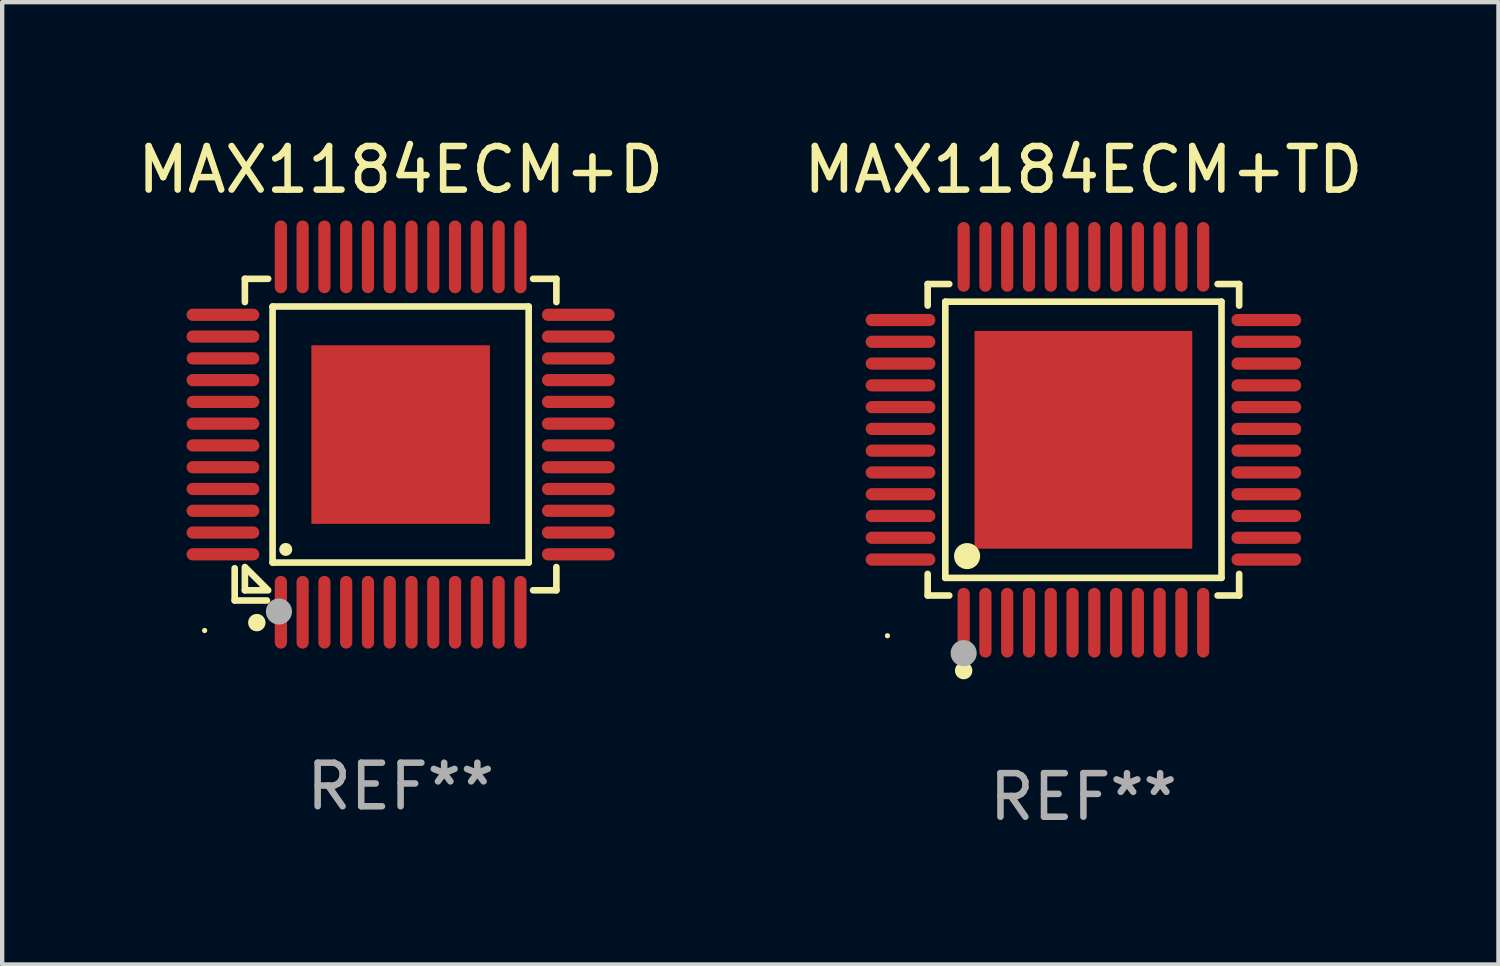
<source format=kicad_pcb>
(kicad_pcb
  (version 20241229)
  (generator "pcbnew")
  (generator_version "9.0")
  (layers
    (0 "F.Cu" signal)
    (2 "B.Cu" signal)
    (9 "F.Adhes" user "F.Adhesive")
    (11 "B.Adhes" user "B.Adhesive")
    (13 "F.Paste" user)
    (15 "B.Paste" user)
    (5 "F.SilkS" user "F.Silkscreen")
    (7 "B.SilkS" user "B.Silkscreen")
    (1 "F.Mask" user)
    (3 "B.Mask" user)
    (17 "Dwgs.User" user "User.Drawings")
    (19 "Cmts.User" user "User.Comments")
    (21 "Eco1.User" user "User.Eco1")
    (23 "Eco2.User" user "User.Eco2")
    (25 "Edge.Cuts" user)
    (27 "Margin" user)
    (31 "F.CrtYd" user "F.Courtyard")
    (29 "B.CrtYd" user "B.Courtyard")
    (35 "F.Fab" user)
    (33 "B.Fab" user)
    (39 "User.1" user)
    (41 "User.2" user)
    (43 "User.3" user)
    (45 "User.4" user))
  (footprint "MAX1184ECM+D"
    (layer "F.Cu")
    (at 6.149 6.928)
    (property "Reference" "MAX1184ECM+D" (at 0 -6.08 0) (layer "F.SilkS") (effects (font (size 1 1) (thickness 0.15))))
    (attr through_hole)
    (fp_line (start -3.81 3.07) (end -3.81 3.81) (stroke (width 0.152) (type solid)) (layer "F.SilkS"))
    (fp_line (start -3.81 3.81) (end -3.07 3.81) (stroke (width 0.152) (type solid)) (layer "F.SilkS"))
    (fp_line (start -3.576 -3.576) (end -3.576 -3.042) (stroke (width 0.152) (type solid)) (layer "F.SilkS"))
    (fp_line (start -3.576 3.576) (end -3.576 3.042) (stroke (width 0.152) (type solid)) (layer "F.SilkS"))
    (fp_line (start -3.549 3.069) (end -3.069 3.549) (stroke (width 0.152) (type solid)) (layer "F.SilkS"))
    (fp_line (start -3.042 -3.576) (end -3.576 -3.576) (stroke (width 0.152) (type solid)) (layer "F.SilkS"))
    (fp_line (start -3.042 3.576) (end -3.576 3.576) (stroke (width 0.152) (type solid)) (layer "F.SilkS"))
    (fp_line (start -2.94 -2.94) (end 2.94 -2.94) (stroke (width 0.152) (type solid)) (layer "F.SilkS"))
    (fp_line (start -2.94 2.94) (end -2.94 -2.94) (stroke (width 0.152) (type solid)) (layer "F.SilkS"))
    (fp_line (start 2.94 -2.94) (end 2.94 2.94) (stroke (width 0.152) (type solid)) (layer "F.SilkS"))
    (fp_line (start 2.94 2.94) (end -2.94 2.94) (stroke (width 0.152) (type solid)) (layer "F.SilkS"))
    (fp_line (start 3.042 -3.576) (end 3.576 -3.576) (stroke (width 0.152) (type solid)) (layer "F.SilkS"))
    (fp_line (start 3.042 3.576) (end 3.576 3.576) (stroke (width 0.152) (type solid)) (layer "F.SilkS"))
    (fp_line (start 3.576 -3.576) (end 3.576 -3.042) (stroke (width 0.152) (type solid)) (layer "F.SilkS"))
    (fp_line (start 3.576 3.576) (end 3.576 3.042) (stroke (width 0.152) (type solid)) (layer "F.SilkS"))
    (fp_circle (center -4.5 4.5) (end -4.47 4.5) (stroke (width 0.06) (type solid)) (fill no) (layer "F.SilkS"))
    (fp_circle (center -3.302 4.318) (end -3.202 4.318) (stroke (width 0.2) (type solid)) (fill no) (layer "F.SilkS"))
    (fp_circle (center -2.638 2.638) (end -2.563 2.638) (stroke (width 0.15) (type solid)) (fill no) (layer "F.SilkS"))
    (fp_circle (center -2.794 4.064) (end -2.644 4.064) (stroke (width 0.3) (type solid)) (fill no) (layer "F.Fab"))
    (fp_text user "REF**" (at 0 8.08 0) (layer "F.Fab") (effects (font (size 1 1) (thickness 0.15))))
    (pad "1" smd oval (at -2.75 4.08) (size 0.28 1.67) (layers "F.Cu" "F.Mask" "F.Paste"))
    (pad "2" smd oval (at -2.25 4.08) (size 0.28 1.67) (layers "F.Cu" "F.Mask" "F.Paste"))
    (pad "3" smd oval (at -1.75 4.08) (size 0.28 1.67) (layers "F.Cu" "F.Mask" "F.Paste"))
    (pad "4" smd oval (at -1.25 4.08) (size 0.28 1.67) (layers "F.Cu" "F.Mask" "F.Paste"))
    (pad "5" smd oval (at -0.75 4.08) (size 0.28 1.67) (layers "F.Cu" "F.Mask" "F.Paste"))
    (pad "6" smd oval (at -0.25 4.08) (size 0.28 1.67) (layers "F.Cu" "F.Mask" "F.Paste"))
    (pad "7" smd oval (at 0.25 4.08) (size 0.28 1.67) (layers "F.Cu" "F.Mask" "F.Paste"))
    (pad "8" smd oval (at 0.75 4.08) (size 0.28 1.67) (layers "F.Cu" "F.Mask" "F.Paste"))
    (pad "9" smd oval (at 1.25 4.08) (size 0.28 1.67) (layers "F.Cu" "F.Mask" "F.Paste"))
    (pad "10" smd oval (at 1.75 4.08) (size 0.28 1.67) (layers "F.Cu" "F.Mask" "F.Paste"))
    (pad "11" smd oval (at 2.25 4.08) (size 0.28 1.67) (layers "F.Cu" "F.Mask" "F.Paste"))
    (pad "12" smd oval (at 2.75 4.08) (size 0.28 1.67) (layers "F.Cu" "F.Mask" "F.Paste"))
    (pad "13" smd oval (at 4.08 2.75) (size 1.67 0.28) (layers "F.Cu" "F.Mask" "F.Paste"))
    (pad "14" smd oval (at 4.08 2.25) (size 1.67 0.28) (layers "F.Cu" "F.Mask" "F.Paste"))
    (pad "15" smd oval (at 4.08 1.75) (size 1.67 0.28) (layers "F.Cu" "F.Mask" "F.Paste"))
    (pad "16" smd oval (at 4.08 1.25) (size 1.67 0.28) (layers "F.Cu" "F.Mask" "F.Paste"))
    (pad "17" smd oval (at 4.08 0.75) (size 1.67 0.28) (layers "F.Cu" "F.Mask" "F.Paste"))
    (pad "18" smd oval (at 4.08 0.25) (size 1.67 0.28) (layers "F.Cu" "F.Mask" "F.Paste"))
    (pad "19" smd oval (at 4.08 -0.25) (size 1.67 0.28) (layers "F.Cu" "F.Mask" "F.Paste"))
    (pad "20" smd oval (at 4.08 -0.75) (size 1.67 0.28) (layers "F.Cu" "F.Mask" "F.Paste"))
    (pad "21" smd oval (at 4.08 -1.25) (size 1.67 0.28) (layers "F.Cu" "F.Mask" "F.Paste"))
    (pad "22" smd oval (at 4.08 -1.75) (size 1.67 0.28) (layers "F.Cu" "F.Mask" "F.Paste"))
    (pad "23" smd oval (at 4.08 -2.25) (size 1.67 0.28) (layers "F.Cu" "F.Mask" "F.Paste"))
    (pad "24" smd oval (at 4.08 -2.75) (size 1.67 0.28) (layers "F.Cu" "F.Mask" "F.Paste"))
    (pad "25" smd oval (at 2.75 -4.08) (size 0.28 1.67) (layers "F.Cu" "F.Mask" "F.Paste"))
    (pad "26" smd oval (at 2.25 -4.08) (size 0.28 1.67) (layers "F.Cu" "F.Mask" "F.Paste"))
    (pad "27" smd oval (at 1.75 -4.08) (size 0.28 1.67) (layers "F.Cu" "F.Mask" "F.Paste"))
    (pad "28" smd oval (at 1.25 -4.08) (size 0.28 1.67) (layers "F.Cu" "F.Mask" "F.Paste"))
    (pad "29" smd oval (at 0.75 -4.08) (size 0.28 1.67) (layers "F.Cu" "F.Mask" "F.Paste"))
    (pad "30" smd oval (at 0.25 -4.08) (size 0.28 1.67) (layers "F.Cu" "F.Mask" "F.Paste"))
    (pad "31" smd oval (at -0.25 -4.08) (size 0.28 1.67) (layers "F.Cu" "F.Mask" "F.Paste"))
    (pad "32" smd oval (at -0.75 -4.08) (size 0.28 1.67) (layers "F.Cu" "F.Mask" "F.Paste"))
    (pad "33" smd oval (at -1.25 -4.08) (size 0.28 1.67) (layers "F.Cu" "F.Mask" "F.Paste"))
    (pad "34" smd oval (at -1.75 -4.08) (size 0.28 1.67) (layers "F.Cu" "F.Mask" "F.Paste"))
    (pad "35" smd oval (at -2.25 -4.08) (size 0.28 1.67) (layers "F.Cu" "F.Mask" "F.Paste"))
    (pad "36" smd oval (at -2.75 -4.08) (size 0.28 1.67) (layers "F.Cu" "F.Mask" "F.Paste"))
    (pad "37" smd oval (at -4.08 -2.75) (size 1.67 0.28) (layers "F.Cu" "F.Mask" "F.Paste"))
    (pad "38" smd oval (at -4.08 -2.25) (size 1.67 0.28) (layers "F.Cu" "F.Mask" "F.Paste"))
    (pad "39" smd oval (at -4.08 -1.75) (size 1.67 0.28) (layers "F.Cu" "F.Mask" "F.Paste"))
    (pad "40" smd oval (at -4.08 -1.25) (size 1.67 0.28) (layers "F.Cu" "F.Mask" "F.Paste"))
    (pad "41" smd oval (at -4.08 -0.75) (size 1.67 0.28) (layers "F.Cu" "F.Mask" "F.Paste"))
    (pad "42" smd oval (at -4.08 -0.25) (size 1.67 0.28) (layers "F.Cu" "F.Mask" "F.Paste"))
    (pad "43" smd oval (at -4.08 0.25) (size 1.67 0.28) (layers "F.Cu" "F.Mask" "F.Paste"))
    (pad "44" smd oval (at -4.08 0.75) (size 1.67 0.28) (layers "F.Cu" "F.Mask" "F.Paste"))
    (pad "45" smd oval (at -4.08 1.25) (size 1.67 0.28) (layers "F.Cu" "F.Mask" "F.Paste"))
    (pad "46" smd oval (at -4.08 1.75) (size 1.67 0.28) (layers "F.Cu" "F.Mask" "F.Paste"))
    (pad "47" smd oval (at -4.08 2.25) (size 1.67 0.28) (layers "F.Cu" "F.Mask" "F.Paste"))
    (pad "48" smd oval (at -4.08 2.75) (size 1.67 0.28) (layers "F.Cu" "F.Mask" "F.Paste"))
    (pad "49" smd rect (at 0 0) (size 4.1 4.1) (layers "F.Cu" "F.Mask" "F.Paste")))
  (footprint "MAX1184ECM+TD"
    (layer "F.Cu")
    (at 21.827 7.048)
    (property "Reference" "MAX1184ECM+TD" (at 0 -6.2 0) (layer "F.SilkS") (effects (font (size 1 1) (thickness 0.15))))
    (attr through_hole)
    (fp_line (start -3.576 -3.576) (end -3.081 -3.576) (stroke (width 0.152) (type solid)) (layer "F.SilkS"))
    (fp_line (start -3.576 -3.081) (end -3.576 -3.576) (stroke (width 0.152) (type solid)) (layer "F.SilkS"))
    (fp_line (start -3.576 3.081) (end -3.576 3.576) (stroke (width 0.152) (type solid)) (layer "F.SilkS"))
    (fp_line (start -3.576 3.576) (end -3.081 3.576) (stroke (width 0.152) (type solid)) (layer "F.SilkS"))
    (fp_line (start -3.171 -3.171) (end 3.171 -3.171) (stroke (width 0.152) (type solid)) (layer "F.SilkS"))
    (fp_line (start -3.171 3.171) (end -3.171 -3.171) (stroke (width 0.152) (type solid)) (layer "F.SilkS"))
    (fp_line (start 3.171 -3.171) (end 3.171 3.171) (stroke (width 0.152) (type solid)) (layer "F.SilkS"))
    (fp_line (start 3.171 3.171) (end -3.171 3.171) (stroke (width 0.152) (type solid)) (layer "F.SilkS"))
    (fp_line (start 3.576 -3.576) (end 3.081 -3.576) (stroke (width 0.152) (type solid)) (layer "F.SilkS"))
    (fp_line (start 3.576 -3.081) (end 3.576 -3.576) (stroke (width 0.152) (type solid)) (layer "F.SilkS"))
    (fp_line (start 3.576 3.081) (end 3.576 3.576) (stroke (width 0.152) (type solid)) (layer "F.SilkS"))
    (fp_line (start 3.576 3.576) (end 3.081 3.576) (stroke (width 0.152) (type solid)) (layer "F.SilkS"))
    (fp_circle (center -4.5 4.5) (end -4.47 4.5) (stroke (width 0.06) (type solid)) (fill no) (layer "F.SilkS"))
    (fp_circle (center -2.75 5.3) (end -2.65 5.3) (stroke (width 0.2) (type solid)) (fill no) (layer "F.SilkS"))
    (fp_circle (center -2.671 2.671) (end -2.521 2.671) (stroke (width 0.3) (type solid)) (fill no) (layer "F.SilkS"))
    (fp_circle (center -2.75 4.9) (end -2.6 4.9) (stroke (width 0.3) (type solid)) (fill no) (layer "F.Fab"))
    (fp_text user "REF**" (at 0 8.2 0) (layer "F.Fab") (effects (font (size 1 1) (thickness 0.15))))
    (pad "1" smd oval (at -2.75 4.2) (size 0.28 1.6) (layers "F.Cu" "F.Mask" "F.Paste"))
    (pad "2" smd oval (at -2.25 4.2) (size 0.28 1.6) (layers "F.Cu" "F.Mask" "F.Paste"))
    (pad "3" smd oval (at -1.75 4.2) (size 0.28 1.6) (layers "F.Cu" "F.Mask" "F.Paste"))
    (pad "4" smd oval (at -1.25 4.2) (size 0.28 1.6) (layers "F.Cu" "F.Mask" "F.Paste"))
    (pad "5" smd oval (at -0.75 4.2) (size 0.28 1.6) (layers "F.Cu" "F.Mask" "F.Paste"))
    (pad "6" smd oval (at -0.25 4.2) (size 0.28 1.6) (layers "F.Cu" "F.Mask" "F.Paste"))
    (pad "7" smd oval (at 0.25 4.2) (size 0.28 1.6) (layers "F.Cu" "F.Mask" "F.Paste"))
    (pad "8" smd oval (at 0.75 4.2) (size 0.28 1.6) (layers "F.Cu" "F.Mask" "F.Paste"))
    (pad "9" smd oval (at 1.25 4.2) (size 0.28 1.6) (layers "F.Cu" "F.Mask" "F.Paste"))
    (pad "10" smd oval (at 1.75 4.2) (size 0.28 1.6) (layers "F.Cu" "F.Mask" "F.Paste"))
    (pad "11" smd oval (at 2.25 4.2) (size 0.28 1.6) (layers "F.Cu" "F.Mask" "F.Paste"))
    (pad "12" smd oval (at 2.75 4.2) (size 0.28 1.6) (layers "F.Cu" "F.Mask" "F.Paste"))
    (pad "13" smd oval (at 4.2 2.75) (size 1.6 0.28) (layers "F.Cu" "F.Mask" "F.Paste"))
    (pad "14" smd oval (at 4.2 2.25) (size 1.6 0.28) (layers "F.Cu" "F.Mask" "F.Paste"))
    (pad "15" smd oval (at 4.2 1.75) (size 1.6 0.28) (layers "F.Cu" "F.Mask" "F.Paste"))
    (pad "16" smd oval (at 4.2 1.25) (size 1.6 0.28) (layers "F.Cu" "F.Mask" "F.Paste"))
    (pad "17" smd oval (at 4.2 0.75) (size 1.6 0.28) (layers "F.Cu" "F.Mask" "F.Paste"))
    (pad "18" smd oval (at 4.2 0.25) (size 1.6 0.28) (layers "F.Cu" "F.Mask" "F.Paste"))
    (pad "19" smd oval (at 4.2 -0.25) (size 1.6 0.28) (layers "F.Cu" "F.Mask" "F.Paste"))
    (pad "20" smd oval (at 4.2 -0.75) (size 1.6 0.28) (layers "F.Cu" "F.Mask" "F.Paste"))
    (pad "21" smd oval (at 4.2 -1.25) (size 1.6 0.28) (layers "F.Cu" "F.Mask" "F.Paste"))
    (pad "22" smd oval (at 4.2 -1.75) (size 1.6 0.28) (layers "F.Cu" "F.Mask" "F.Paste"))
    (pad "23" smd oval (at 4.2 -2.25) (size 1.6 0.28) (layers "F.Cu" "F.Mask" "F.Paste"))
    (pad "24" smd oval (at 4.2 -2.75) (size 1.6 0.28) (layers "F.Cu" "F.Mask" "F.Paste"))
    (pad "25" smd oval (at 2.75 -4.2) (size 0.28 1.6) (layers "F.Cu" "F.Mask" "F.Paste"))
    (pad "26" smd oval (at 2.25 -4.2) (size 0.28 1.6) (layers "F.Cu" "F.Mask" "F.Paste"))
    (pad "27" smd oval (at 1.75 -4.2) (size 0.28 1.6) (layers "F.Cu" "F.Mask" "F.Paste"))
    (pad "28" smd oval (at 1.25 -4.2) (size 0.28 1.6) (layers "F.Cu" "F.Mask" "F.Paste"))
    (pad "29" smd oval (at 0.75 -4.2) (size 0.28 1.6) (layers "F.Cu" "F.Mask" "F.Paste"))
    (pad "30" smd oval (at 0.25 -4.2) (size 0.28 1.6) (layers "F.Cu" "F.Mask" "F.Paste"))
    (pad "31" smd oval (at -0.25 -4.2) (size 0.28 1.6) (layers "F.Cu" "F.Mask" "F.Paste"))
    (pad "32" smd oval (at -0.75 -4.2) (size 0.28 1.6) (layers "F.Cu" "F.Mask" "F.Paste"))
    (pad "33" smd oval (at -1.25 -4.2) (size 0.28 1.6) (layers "F.Cu" "F.Mask" "F.Paste"))
    (pad "34" smd oval (at -1.75 -4.2) (size 0.28 1.6) (layers "F.Cu" "F.Mask" "F.Paste"))
    (pad "35" smd oval (at -2.25 -4.2) (size 0.28 1.6) (layers "F.Cu" "F.Mask" "F.Paste"))
    (pad "36" smd oval (at -2.75 -4.2) (size 0.28 1.6) (layers "F.Cu" "F.Mask" "F.Paste"))
    (pad "37" smd oval (at -4.2 -2.75) (size 1.6 0.28) (layers "F.Cu" "F.Mask" "F.Paste"))
    (pad "38" smd oval (at -4.2 -2.25) (size 1.6 0.28) (layers "F.Cu" "F.Mask" "F.Paste"))
    (pad "39" smd oval (at -4.2 -1.75) (size 1.6 0.28) (layers "F.Cu" "F.Mask" "F.Paste"))
    (pad "40" smd oval (at -4.2 -1.25) (size 1.6 0.28) (layers "F.Cu" "F.Mask" "F.Paste"))
    (pad "41" smd oval (at -4.2 -0.75) (size 1.6 0.28) (layers "F.Cu" "F.Mask" "F.Paste"))
    (pad "42" smd oval (at -4.2 -0.25) (size 1.6 0.28) (layers "F.Cu" "F.Mask" "F.Paste"))
    (pad "43" smd oval (at -4.2 0.25) (size 1.6 0.28) (layers "F.Cu" "F.Mask" "F.Paste"))
    (pad "44" smd oval (at -4.2 0.75) (size 1.6 0.28) (layers "F.Cu" "F.Mask" "F.Paste"))
    (pad "45" smd oval (at -4.2 1.25) (size 1.6 0.28) (layers "F.Cu" "F.Mask" "F.Paste"))
    (pad "46" smd oval (at -4.2 1.75) (size 1.6 0.28) (layers "F.Cu" "F.Mask" "F.Paste"))
    (pad "47" smd oval (at -4.2 2.25) (size 1.6 0.28) (layers "F.Cu" "F.Mask" "F.Paste"))
    (pad "48" smd oval (at -4.2 2.75) (size 1.6 0.28) (layers "F.Cu" "F.Mask" "F.Paste"))
    (pad "49" smd rect (at 0 0) (size 5 5) (layers "F.Cu" "F.Mask" "F.Paste")))
  (gr_rect
    (start -3 -3)
    (end 31.357 19.096)
    (stroke (width 0.1) (type default))
    (fill no)
    (layer "Edge.Cuts")))
</source>
